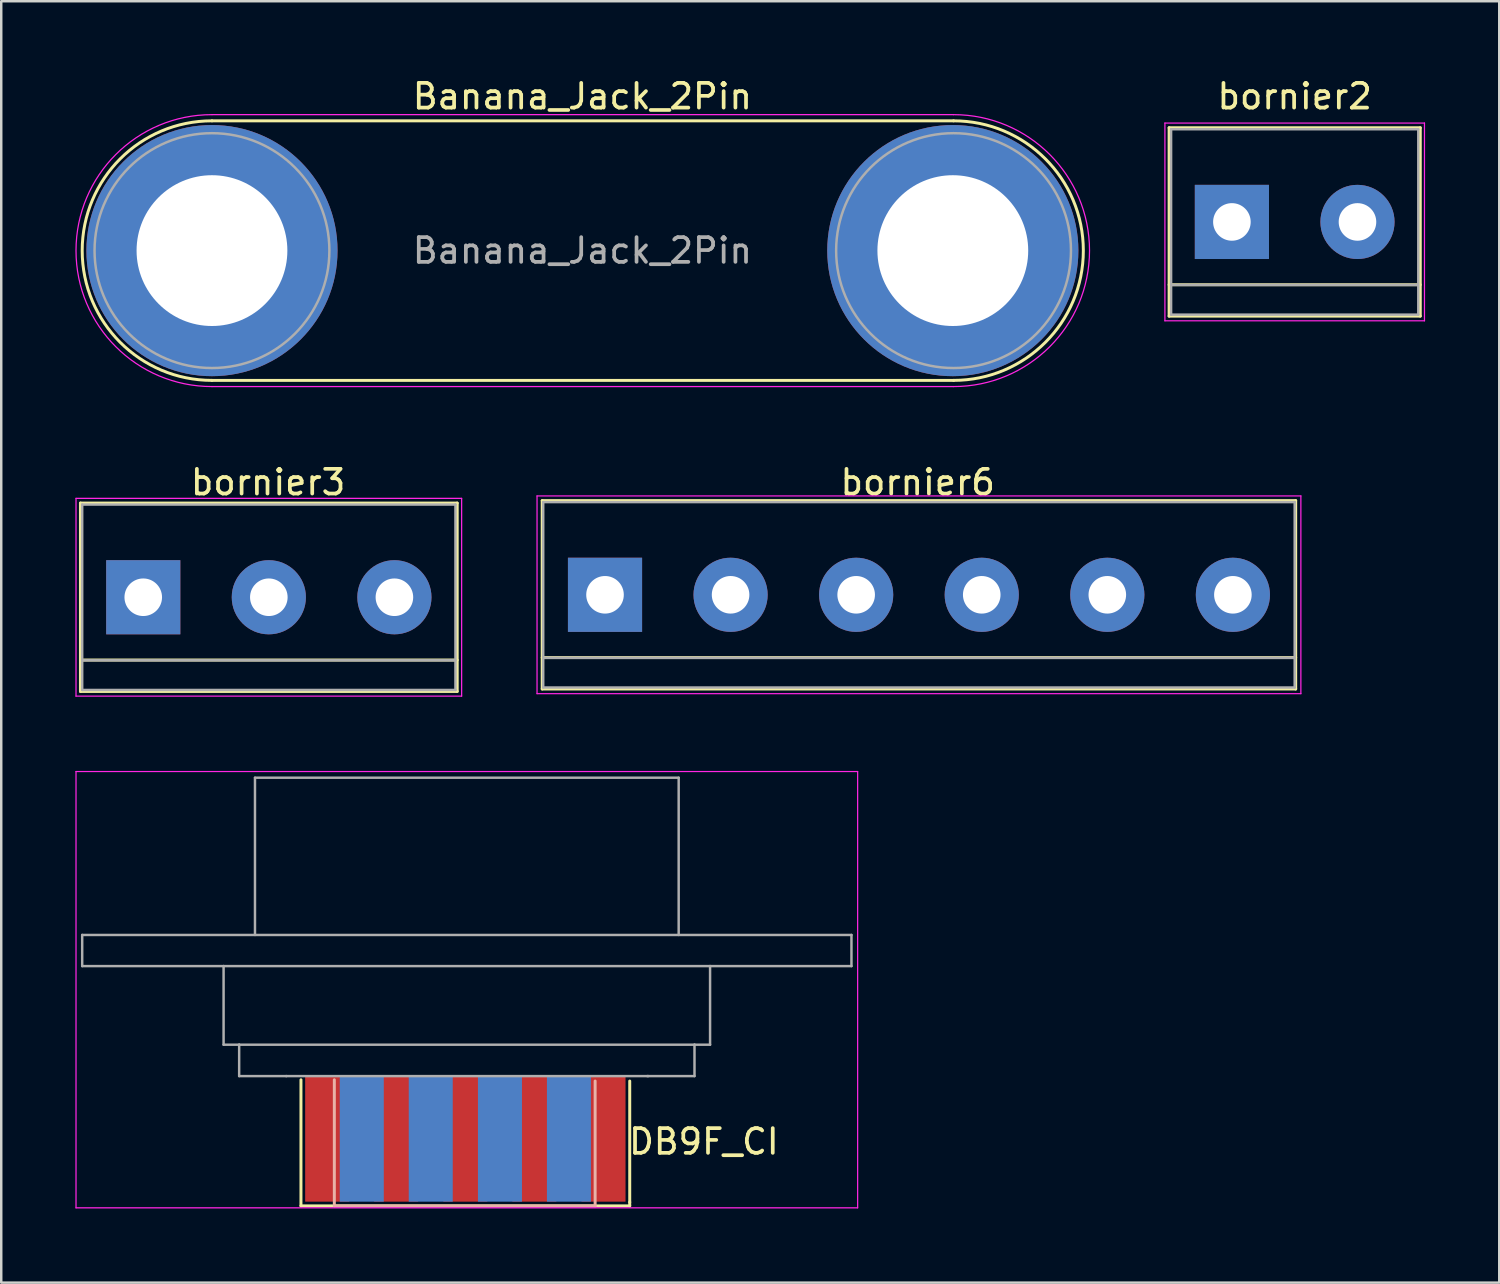
<source format=kicad_pcb>
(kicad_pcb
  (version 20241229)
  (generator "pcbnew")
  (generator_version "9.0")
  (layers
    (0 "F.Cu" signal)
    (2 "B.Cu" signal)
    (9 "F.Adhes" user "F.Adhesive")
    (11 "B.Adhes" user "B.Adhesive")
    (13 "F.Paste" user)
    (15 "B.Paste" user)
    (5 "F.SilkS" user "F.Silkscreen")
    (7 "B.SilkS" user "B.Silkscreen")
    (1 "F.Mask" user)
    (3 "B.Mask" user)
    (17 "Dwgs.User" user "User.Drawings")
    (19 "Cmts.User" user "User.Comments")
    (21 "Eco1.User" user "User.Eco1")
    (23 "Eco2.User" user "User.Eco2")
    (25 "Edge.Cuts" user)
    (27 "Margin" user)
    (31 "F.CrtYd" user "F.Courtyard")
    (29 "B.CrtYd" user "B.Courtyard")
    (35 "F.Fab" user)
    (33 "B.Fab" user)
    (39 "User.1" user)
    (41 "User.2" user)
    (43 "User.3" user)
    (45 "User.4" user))
  (footprint "bornier6"
    (layer "F.Cu")
    (at 21.425 21.012)
    (property "Reference" "bornier6" (at 12.65 -4.55 0) (layer "F.SilkS") (effects (font (size 1 1) (thickness 0.15))))
    (attr through_hole)
    (fp_line (start -2.54 -3.81) (end -2.54 3.81) (stroke (width 0.12) (type solid)) (layer "F.SilkS"))
    (fp_line (start -2.54 -3.81) (end 27.94 -3.81) (stroke (width 0.12) (type solid)) (layer "F.SilkS"))
    (fp_line (start -2.54 2.54) (end 27.94 2.54) (stroke (width 0.12) (type solid)) (layer "F.SilkS"))
    (fp_line (start -2.54 3.81) (end 27.94 3.81) (stroke (width 0.12) (type solid)) (layer "F.SilkS"))
    (fp_line (start 27.94 3.81) (end 27.94 -3.81) (stroke (width 0.12) (type solid)) (layer "F.SilkS"))
    (fp_line (start -2.75 -4) (end -2.75 4) (stroke (width 0.05) (type solid)) (layer "F.CrtYd"))
    (fp_line (start -2.75 -4) (end 28.15 -4) (stroke (width 0.05) (type solid)) (layer "F.CrtYd"))
    (fp_line (start 28.15 4) (end -2.75 4) (stroke (width 0.05) (type solid)) (layer "F.CrtYd"))
    (fp_line (start 28.15 4) (end 28.15 -4) (stroke (width 0.05) (type solid)) (layer "F.CrtYd"))
    (fp_line (start -2.5 -3.75) (end -2.5 3.75) (stroke (width 0.1) (type solid)) (layer "F.Fab"))
    (fp_line (start -2.5 2.55) (end 27.9 2.55) (stroke (width 0.1) (type solid)) (layer "F.Fab"))
    (fp_line (start -2.5 3.75) (end 27.9 3.75) (stroke (width 0.1) (type solid)) (layer "F.Fab"))
    (fp_line (start 27.9 -3.75) (end -2.5 -3.75) (stroke (width 0.1) (type solid)) (layer "F.Fab"))
    (fp_line (start 27.9 3.75) (end 27.9 -3.75) (stroke (width 0.1) (type solid)) (layer "F.Fab"))
    (pad "1" thru_hole rect (at 0 0) (size 3 3) (drill 1.52) (layers "*.Cu" "*.Mask"))
    (pad "2" thru_hole circle (at 5.08 0) (size 3 3) (drill 1.52) (layers "*.Cu" "*.Mask"))
    (pad "3" thru_hole circle (at 10.16 0) (size 3 3) (drill 1.52) (layers "*.Cu" "*.Mask"))
    (pad "4" thru_hole circle (at 15.24 0) (size 3 3) (drill 1.52) (layers "*.Cu" "*.Mask"))
    (pad "5" thru_hole circle (at 20.32 0) (size 3 3) (drill 1.52) (layers "*.Cu" "*.Mask"))
    (pad "6" thru_hole circle (at 25.4 0) (size 3 3) (drill 1.52) (layers "*.Cu" "*.Mask")))
  (footprint "bornier3"
    (layer "F.Cu")
    (at 2.745 21.111)
    (property "Reference" "bornier3" (at 5.05 -4.65 0) (layer "F.SilkS") (effects (font (size 1 1) (thickness 0.15))))
    (attr through_hole)
    (fp_line (start -2.54 -3.81) (end 12.7 -3.81) (stroke (width 0.12) (type solid)) (layer "F.SilkS"))
    (fp_line (start -2.54 2.54) (end 12.7 2.54) (stroke (width 0.12) (type solid)) (layer "F.SilkS"))
    (fp_line (start -2.54 3.81) (end -2.54 -3.81) (stroke (width 0.12) (type solid)) (layer "F.SilkS"))
    (fp_line (start -2.54 3.81) (end 12.7 3.81) (stroke (width 0.12) (type solid)) (layer "F.SilkS"))
    (fp_line (start 12.7 3.81) (end 12.7 -3.81) (stroke (width 0.12) (type solid)) (layer "F.SilkS"))
    (fp_line (start -2.72 -4) (end -2.72 4) (stroke (width 0.05) (type solid)) (layer "F.CrtYd"))
    (fp_line (start -2.72 -4) (end 12.88 -4) (stroke (width 0.05) (type solid)) (layer "F.CrtYd"))
    (fp_line (start 12.88 4) (end -2.72 4) (stroke (width 0.05) (type solid)) (layer "F.CrtYd"))
    (fp_line (start 12.88 4) (end 12.88 -4) (stroke (width 0.05) (type solid)) (layer "F.CrtYd"))
    (fp_line (start -2.47 -3.75) (end 12.63 -3.75) (stroke (width 0.1) (type solid)) (layer "F.Fab"))
    (fp_line (start -2.47 2.55) (end 12.63 2.55) (stroke (width 0.1) (type solid)) (layer "F.Fab"))
    (fp_line (start -2.47 3.75) (end -2.47 -3.75) (stroke (width 0.1) (type solid)) (layer "F.Fab"))
    (fp_line (start 12.63 -3.75) (end 12.63 3.75) (stroke (width 0.1) (type solid)) (layer "F.Fab"))
    (fp_line (start 12.63 3.75) (end -2.47 3.75) (stroke (width 0.1) (type solid)) (layer "F.Fab"))
    (pad "1" thru_hole rect (at 0 0) (size 3 3) (drill 1.52) (layers "*.Cu" "*.Mask"))
    (pad "2" thru_hole circle (at 5.08 0) (size 3 3) (drill 1.52) (layers "*.Cu" "*.Mask"))
    (pad "3" thru_hole circle (at 10.16 0) (size 3 3) (drill 1.52) (layers "*.Cu" "*.Mask")))
  (footprint "Banana_Jack_2Pin"
    (layer "F.Cu")
    (at 5.525 7.088)
    (property "Reference" "Banana_Jack_2Pin" (at 14.985 -6.24 0) (layer "F.SilkS") (effects (font (size 1 1) (thickness 0.15))))
    (attr through_hole)
    (fp_line (start 0 5.25) (end 30 5.25) (stroke (width 0.12) (type solid)) (layer "F.SilkS"))
    (fp_line (start 30 -5.25) (end 0 -5.25) (stroke (width 0.12) (type solid)) (layer "F.SilkS"))
    (fp_arc (start 0 5.25) (mid -5.25 0) (end 0 -5.25) (stroke (width 0.12) (type solid)) (layer "F.SilkS"))
    (fp_arc (start 30 -5.25) (mid 35.25 0) (end 30 5.25) (stroke (width 0.12) (type solid)) (layer "F.SilkS"))
    (fp_line (start 0 5.5) (end 30 5.5) (stroke (width 0.05) (type solid)) (layer "F.CrtYd"))
    (fp_line (start 30 -5.5) (end 0 -5.5) (stroke (width 0.05) (type solid)) (layer "F.CrtYd"))
    (fp_arc (start 0 5.5) (mid -5.5 0) (end 0 -5.5) (stroke (width 0.05) (type solid)) (layer "F.CrtYd"))
    (fp_arc (start 30 -5.5) (mid 35.5 0) (end 30 5.5) (stroke (width 0.05) (type solid)) (layer "F.CrtYd"))
    (fp_circle (center 0 0) (end 2 0) (stroke (width 0.1) (type solid)) (fill no) (layer "F.Fab"))
    (fp_circle (center 0 0) (end 4.75 0) (stroke (width 0.1) (type solid)) (fill no) (layer "F.Fab"))
    (fp_circle (center 30 0) (end 32 0) (stroke (width 0.1) (type solid)) (fill no) (layer "F.Fab"))
    (fp_circle (center 30 0) (end 34.75 0) (stroke (width 0.1) (type solid)) (fill no) (layer "F.Fab"))
    (fp_text user "${REFERENCE}" (at 14.985 0 0) (layer "F.Fab") (effects (font (size 1 1) (thickness 0.15))))
    (pad "1" thru_hole circle (at 0 0) (size 10.16 10.16) (drill 6.1) (layers "*.Cu" "*.Mask"))
    (pad "2" thru_hole circle (at 29.97 0) (size 10.16 10.16) (drill 6.1) (layers "*.Cu" "*.Mask")))
  (footprint "DB9F_CI"
    (layer "F.Cu")
    (at 15.775 43.022)
    (property "Reference" "DB9F_CI" (at 9.65 0.11 0) (layer "F.SilkS") (effects (font (size 1 1) (thickness 0.15))))
    (attr smd)
    (fp_line (start -6.65 2.71) (end -6.65 -2.39) (stroke (width 0.12) (type solid)) (layer "F.SilkS"))
    (fp_line (start 6.65 -2.34) (end 6.65 2.56) (stroke (width 0.12) (type solid)) (layer "F.SilkS"))
    (fp_line (start 6.65 2.56) (end 6.65 2.71) (stroke (width 0.12) (type solid)) (layer "F.SilkS"))
    (fp_line (start 6.65 2.71) (end -6.65 2.71) (stroke (width 0.12) (type solid)) (layer "F.SilkS"))
    (fp_line (start -5.3 -2.39) (end -5.3 2.71) (stroke (width 0.12) (type solid)) (layer "B.SilkS"))
    (fp_line (start -5.3 2.71) (end 5.25 2.71) (stroke (width 0.12) (type solid)) (layer "B.SilkS"))
    (fp_line (start 5.25 2.71) (end 5.25 -2.34) (stroke (width 0.12) (type solid)) (layer "B.SilkS"))
    (fp_line (start -15.75 -14.86) (end -15.75 2.79) (stroke (width 0.05) (type solid)) (layer "F.CrtYd"))
    (fp_line (start -15.75 -14.86) (end 15.87 -14.86) (stroke (width 0.05) (type solid)) (layer "F.CrtYd"))
    (fp_line (start 15.87 2.79) (end -15.75 2.79) (stroke (width 0.05) (type solid)) (layer "F.CrtYd"))
    (fp_line (start 15.87 2.79) (end 15.87 -14.86) (stroke (width 0.05) (type solid)) (layer "F.CrtYd"))
    (fp_line (start -15.5 -8.25) (end 15.62 -8.25) (stroke (width 0.1) (type solid)) (layer "F.Fab"))
    (fp_line (start -15.5 -6.99) (end -15.5 -8.25) (stroke (width 0.1) (type solid)) (layer "F.Fab"))
    (fp_line (start -9.78 -6.99) (end -15.5 -6.99) (stroke (width 0.1) (type solid)) (layer "F.Fab"))
    (fp_line (start -9.78 -3.81) (end -9.78 -6.99) (stroke (width 0.1) (type solid)) (layer "F.Fab"))
    (fp_line (start -9.15 -3.81) (end -9.78 -3.81) (stroke (width 0.1) (type solid)) (layer "F.Fab"))
    (fp_line (start -9.15 -2.54) (end -9.15 -3.81) (stroke (width 0.1) (type solid)) (layer "F.Fab"))
    (fp_line (start -8.51 -14.61) (end 8.63 -14.61) (stroke (width 0.1) (type solid)) (layer "F.Fab"))
    (fp_line (start -8.51 -8.25) (end -8.51 -14.61) (stroke (width 0.1) (type solid)) (layer "F.Fab"))
    (fp_line (start -7.25 -2.54) (end 7.4 -2.54) (stroke (width 0.1) (type solid)) (layer "F.Fab"))
    (fp_line (start -7.24 -2.54) (end -9.15 -2.54) (stroke (width 0.1) (type solid)) (layer "F.Fab"))
    (fp_line (start 7.36 -2.54) (end 9.27 -2.54) (stroke (width 0.1) (type solid)) (layer "F.Fab"))
    (fp_line (start 8.63 -8.25) (end 8.63 -14.61) (stroke (width 0.1) (type solid)) (layer "F.Fab"))
    (fp_line (start 9.27 -3.81) (end -9.15 -3.81) (stroke (width 0.1) (type solid)) (layer "F.Fab"))
    (fp_line (start 9.27 -2.54) (end 9.27 -3.81) (stroke (width 0.1) (type solid)) (layer "F.Fab"))
    (fp_line (start 9.9 -6.99) (end -9.78 -6.99) (stroke (width 0.1) (type solid)) (layer "F.Fab"))
    (fp_line (start 9.9 -3.81) (end 9.27 -3.81) (stroke (width 0.1) (type solid)) (layer "F.Fab"))
    (fp_line (start 9.9 -3.81) (end 9.9 -6.99) (stroke (width 0.1) (type solid)) (layer "F.Fab"))
    (fp_line (start 15.62 -6.99) (end 9.9 -6.99) (stroke (width 0.1) (type solid)) (layer "F.Fab"))
    (fp_line (start 15.62 -6.99) (end 15.62 -8.25) (stroke (width 0.1) (type solid)) (layer "F.Fab"))
    (pad "1" connect rect (at -5.59 0) (size 1.78 5.08) (layers "F.Cu" "F.Mask"))
    (pad "2" connect rect (at -2.8 0) (size 1.78 5.08) (layers "F.Cu" "F.Mask"))
    (pad "3" connect rect (at 0 0) (size 1.78 5.08) (layers "F.Cu" "F.Mask"))
    (pad "4" connect rect (at 2.79 0) (size 1.78 5.08) (layers "F.Cu" "F.Mask"))
    (pad "5" connect rect (at 5.59 0) (size 1.78 5.08) (layers "F.Cu" "F.Mask"))
    (pad "6" connect rect (at -4.19 0) (size 1.78 5.08) (layers "B.Cu" "B.Mask"))
    (pad "7" connect rect (at -1.4 0) (size 1.78 5.08) (layers "B.Cu" "B.Mask"))
    (pad "8" connect rect (at 1.4 0) (size 1.78 5.08) (layers "B.Cu" "B.Mask"))
    (pad "9" connect rect (at 4.19 0) (size 1.78 5.08) (layers "B.Cu" "B.Mask")))
  (footprint "bornier2"
    (layer "F.Cu")
    (at 46.785 5.928)
    (property "Reference" "bornier2" (at 2.54 -5.08 0) (layer "F.SilkS") (effects (font (size 1 1) (thickness 0.15))))
    (attr through_hole)
    (fp_line (start -2.54 -3.81) (end -2.54 3.81) (stroke (width 0.12) (type solid)) (layer "F.SilkS"))
    (fp_line (start -2.54 3.81) (end 7.62 3.81) (stroke (width 0.12) (type solid)) (layer "F.SilkS"))
    (fp_line (start 7.62 -3.81) (end -2.54 -3.81) (stroke (width 0.12) (type solid)) (layer "F.SilkS"))
    (fp_line (start 7.62 2.54) (end -2.54 2.54) (stroke (width 0.12) (type solid)) (layer "F.SilkS"))
    (fp_line (start 7.62 3.81) (end 7.62 -3.81) (stroke (width 0.12) (type solid)) (layer "F.SilkS"))
    (fp_line (start -2.71 -4) (end -2.71 4) (stroke (width 0.05) (type solid)) (layer "F.CrtYd"))
    (fp_line (start -2.71 -4) (end 7.79 -4) (stroke (width 0.05) (type solid)) (layer "F.CrtYd"))
    (fp_line (start 7.79 4) (end -2.71 4) (stroke (width 0.05) (type solid)) (layer "F.CrtYd"))
    (fp_line (start 7.79 4) (end 7.79 -4) (stroke (width 0.05) (type solid)) (layer "F.CrtYd"))
    (fp_line (start -2.46 -3.75) (end -2.46 3.75) (stroke (width 0.1) (type solid)) (layer "F.Fab"))
    (fp_line (start -2.46 3.75) (end 7.54 3.75) (stroke (width 0.1) (type solid)) (layer "F.Fab"))
    (fp_line (start -2.41 2.55) (end 7.49 2.55) (stroke (width 0.1) (type solid)) (layer "F.Fab"))
    (fp_line (start 7.54 -3.75) (end -2.46 -3.75) (stroke (width 0.1) (type solid)) (layer "F.Fab"))
    (fp_line (start 7.54 3.75) (end 7.54 -3.75) (stroke (width 0.1) (type solid)) (layer "F.Fab"))
    (pad "1" thru_hole rect (at 0 0) (size 3 3) (drill 1.52) (layers "*.Cu" "*.Mask"))
    (pad "2" thru_hole circle (at 5.08 0) (size 3 3) (drill 1.52) (layers "*.Cu" "*.Mask")))
  (gr_rect
    (start -3 -3)
    (end 57.6 48.837)
    (stroke (width 0.1) (type default))
    (fill no)
    (layer "Edge.Cuts")))
</source>
